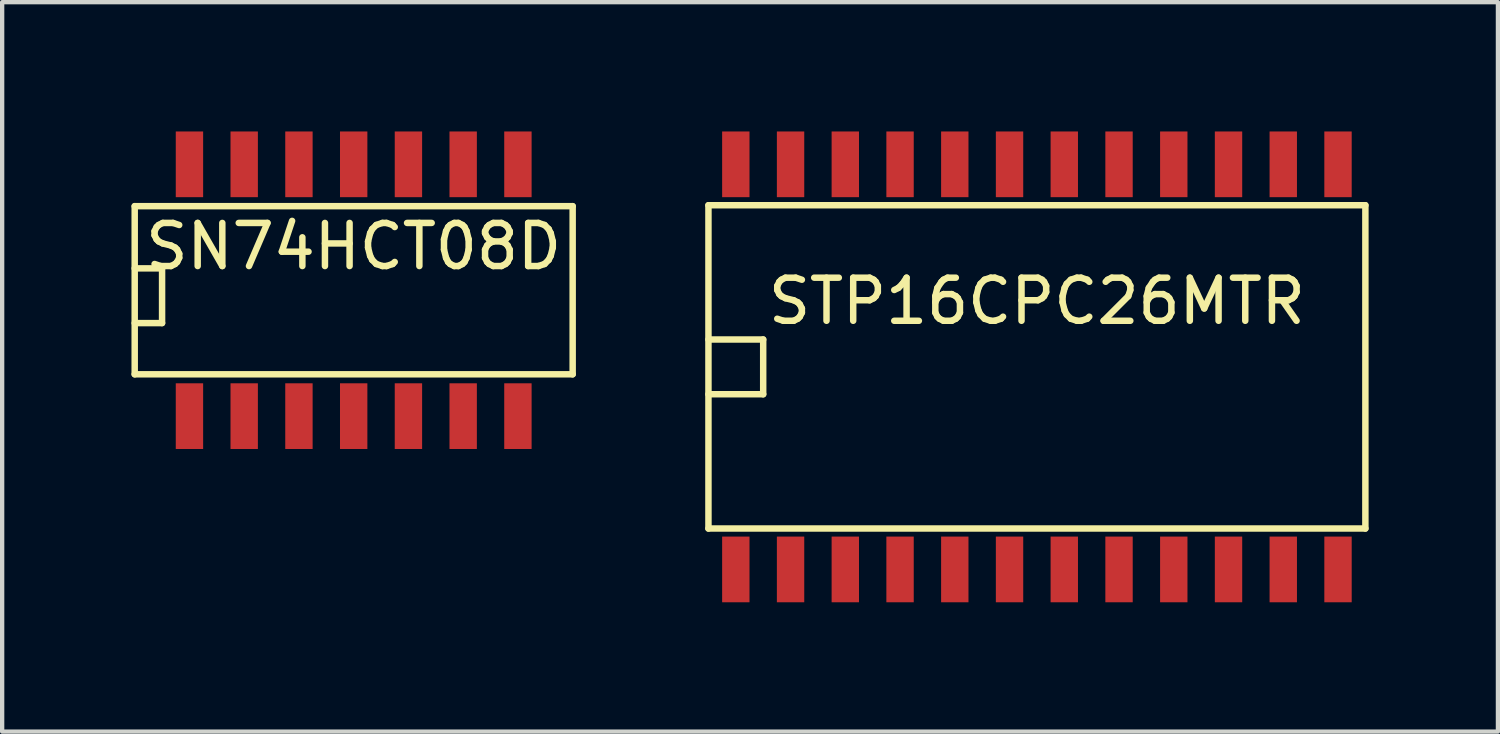
<source format=kicad_pcb>
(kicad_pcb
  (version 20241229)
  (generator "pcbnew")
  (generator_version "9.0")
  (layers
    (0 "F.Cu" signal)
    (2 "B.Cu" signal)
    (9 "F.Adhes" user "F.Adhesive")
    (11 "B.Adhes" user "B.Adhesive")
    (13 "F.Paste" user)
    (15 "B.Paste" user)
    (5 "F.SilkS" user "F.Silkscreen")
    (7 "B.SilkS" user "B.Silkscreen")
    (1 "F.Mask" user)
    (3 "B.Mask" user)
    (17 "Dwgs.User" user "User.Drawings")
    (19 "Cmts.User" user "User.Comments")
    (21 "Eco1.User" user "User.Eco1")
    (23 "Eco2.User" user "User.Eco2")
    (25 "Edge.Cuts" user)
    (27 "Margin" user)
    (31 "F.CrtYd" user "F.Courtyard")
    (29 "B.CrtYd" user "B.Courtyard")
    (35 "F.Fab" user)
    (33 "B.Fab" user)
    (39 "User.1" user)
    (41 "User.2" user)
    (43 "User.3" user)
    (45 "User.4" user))
  (footprint "SN74HCT08D"
    (layer "F.Cu")
    (at 5.155 3.683)
    (property "Reference" "SN74HCT08D" (at 0 -1.016 0) (layer "F.SilkS") (effects (font (size 1 1) (thickness 0.15))))
    (attr smd)
    (fp_line (start -5.08 -1.95) (end 5.08 -1.95) (stroke (width 0.15) (type solid)) (layer "F.SilkS"))
    (fp_line (start -5.08 -0.508) (end -4.445 -0.508) (stroke (width 0.15) (type solid)) (layer "F.SilkS"))
    (fp_line (start -5.08 1.95) (end -5.08 -1.95) (stroke (width 0.15) (type solid)) (layer "F.SilkS"))
    (fp_line (start -4.445 -0.508) (end -4.445 0.762) (stroke (width 0.15) (type solid)) (layer "F.SilkS"))
    (fp_line (start -4.445 0.762) (end -5.08 0.762) (stroke (width 0.15) (type solid)) (layer "F.SilkS"))
    (fp_line (start 5.08 -1.95) (end 5.08 1.95) (stroke (width 0.15) (type solid)) (layer "F.SilkS"))
    (fp_line (start 5.08 1.95) (end -5.08 1.95) (stroke (width 0.15) (type solid)) (layer "F.SilkS"))
    (pad "1" smd rect (at -3.81 2.921) (size 0.635 1.524) (layers "F.Cu" "F.Mask" "F.Paste"))
    (pad "2" smd rect (at -2.54 2.921) (size 0.635 1.524) (layers "F.Cu" "F.Mask" "F.Paste"))
    (pad "3" smd rect (at -1.27 2.921) (size 0.635 1.524) (layers "F.Cu" "F.Mask" "F.Paste"))
    (pad "4" smd rect (at 0 2.921) (size 0.635 1.524) (layers "F.Cu" "F.Mask" "F.Paste"))
    (pad "5" smd rect (at 1.27 2.921) (size 0.635 1.524) (layers "F.Cu" "F.Mask" "F.Paste"))
    (pad "6" smd rect (at 2.54 2.921) (size 0.635 1.524) (layers "F.Cu" "F.Mask" "F.Paste"))
    (pad "7" smd rect (at 3.81 2.921) (size 0.635 1.524) (layers "F.Cu" "F.Mask" "F.Paste"))
    (pad "8" smd rect (at 3.81 -2.921) (size 0.635 1.524) (layers "F.Cu" "F.Mask" "F.Paste"))
    (pad "9" smd rect (at 2.54 -2.921) (size 0.635 1.524) (layers "F.Cu" "F.Mask" "F.Paste"))
    (pad "10" smd rect (at 1.27 -2.921) (size 0.635 1.524) (layers "F.Cu" "F.Mask" "F.Paste"))
    (pad "11" smd rect (at 0 -2.921) (size 0.635 1.524) (layers "F.Cu" "F.Mask" "F.Paste"))
    (pad "12" smd rect (at -1.27 -2.921) (size 0.635 1.524) (layers "F.Cu" "F.Mask" "F.Paste"))
    (pad "13" smd rect (at -2.54 -2.921) (size 0.635 1.524) (layers "F.Cu" "F.Mask" "F.Paste"))
    (pad "14" smd rect (at -3.81 -2.921) (size 0.635 1.524) (layers "F.Cu" "F.Mask" "F.Paste")))
  (footprint "STP16CPC26MTR"
    (layer "F.Cu")
    (at 21.005 5.461)
    (property "Reference" "STP16CPC26MTR" (at 0 -1.524 0) (layer "F.SilkS") (effects (font (size 1 1) (thickness 0.15))))
    (attr smd)
    (fp_line (start -7.62 -3.75) (end -7.62 3.75) (stroke (width 0.15) (type solid)) (layer "F.SilkS"))
    (fp_line (start -7.62 -0.635) (end -6.35 -0.635) (stroke (width 0.15) (type solid)) (layer "F.SilkS"))
    (fp_line (start -7.62 3.75) (end 7.62 3.75) (stroke (width 0.15) (type solid)) (layer "F.SilkS"))
    (fp_line (start -6.35 -0.635) (end -6.35 0.635) (stroke (width 0.15) (type solid)) (layer "F.SilkS"))
    (fp_line (start -6.35 0.635) (end -7.62 0.635) (stroke (width 0.15) (type solid)) (layer "F.SilkS"))
    (fp_line (start 7.62 -3.75) (end -7.62 -3.75) (stroke (width 0.15) (type solid)) (layer "F.SilkS"))
    (fp_line (start 7.62 -3.75) (end 7.62 3.75) (stroke (width 0.15) (type solid)) (layer "F.SilkS"))
    (pad "1" smd rect (at -6.985 4.699) (size 0.635 1.524) (layers "F.Cu" "F.Mask" "F.Paste"))
    (pad "2" smd rect (at -5.715 4.699) (size 0.635 1.524) (layers "F.Cu" "F.Mask" "F.Paste"))
    (pad "3" smd rect (at -4.445 4.699) (size 0.635 1.524) (layers "F.Cu" "F.Mask" "F.Paste"))
    (pad "4" smd rect (at -3.175 4.699) (size 0.635 1.524) (layers "F.Cu" "F.Mask" "F.Paste"))
    (pad "5" smd rect (at -1.905 4.699) (size 0.635 1.524) (layers "F.Cu" "F.Mask" "F.Paste"))
    (pad "6" smd rect (at -0.635 4.699) (size 0.635 1.524) (layers "F.Cu" "F.Mask" "F.Paste"))
    (pad "7" smd rect (at 0.635 4.699) (size 0.635 1.524) (layers "F.Cu" "F.Mask" "F.Paste"))
    (pad "8" smd rect (at 1.905 4.699) (size 0.635 1.524) (layers "F.Cu" "F.Mask" "F.Paste"))
    (pad "9" smd rect (at 3.175 4.699) (size 0.635 1.524) (layers "F.Cu" "F.Mask" "F.Paste"))
    (pad "10" smd rect (at 4.445 4.699) (size 0.635 1.524) (layers "F.Cu" "F.Mask" "F.Paste"))
    (pad "11" smd rect (at 5.715 4.699) (size 0.635 1.524) (layers "F.Cu" "F.Mask" "F.Paste"))
    (pad "12" smd rect (at 6.985 4.699) (size 0.635 1.524) (layers "F.Cu" "F.Mask" "F.Paste"))
    (pad "13" smd rect (at 6.985 -4.699) (size 0.635 1.524) (layers "F.Cu" "F.Mask" "F.Paste"))
    (pad "14" smd rect (at 5.715 -4.699) (size 0.635 1.524) (layers "F.Cu" "F.Mask" "F.Paste"))
    (pad "15" smd rect (at 4.445 -4.699) (size 0.635 1.524) (layers "F.Cu" "F.Mask" "F.Paste"))
    (pad "16" smd rect (at 3.175 -4.699) (size 0.635 1.524) (layers "F.Cu" "F.Mask" "F.Paste"))
    (pad "17" smd rect (at 1.905 -4.699) (size 0.635 1.524) (layers "F.Cu" "F.Mask" "F.Paste"))
    (pad "18" smd rect (at 0.635 -4.699) (size 0.635 1.524) (layers "F.Cu" "F.Mask" "F.Paste"))
    (pad "19" smd rect (at -0.635 -4.699) (size 0.635 1.524) (layers "F.Cu" "F.Mask" "F.Paste"))
    (pad "20" smd rect (at -1.905 -4.699) (size 0.635 1.524) (layers "F.Cu" "F.Mask" "F.Paste"))
    (pad "21" smd rect (at -3.175 -4.699) (size 0.635 1.524) (layers "F.Cu" "F.Mask" "F.Paste"))
    (pad "22" smd rect (at -4.445 -4.699) (size 0.635 1.524) (layers "F.Cu" "F.Mask" "F.Paste"))
    (pad "23" smd rect (at -5.715 -4.699) (size 0.635 1.524) (layers "F.Cu" "F.Mask" "F.Paste"))
    (pad "24" smd rect (at -6.985 -4.699) (size 0.635 1.524) (layers "F.Cu" "F.Mask" "F.Paste")))
  (gr_rect
    (start -3 -3)
    (end 31.7 13.922)
    (stroke (width 0.1) (type default))
    (fill no)
    (layer "Edge.Cuts")))
</source>
